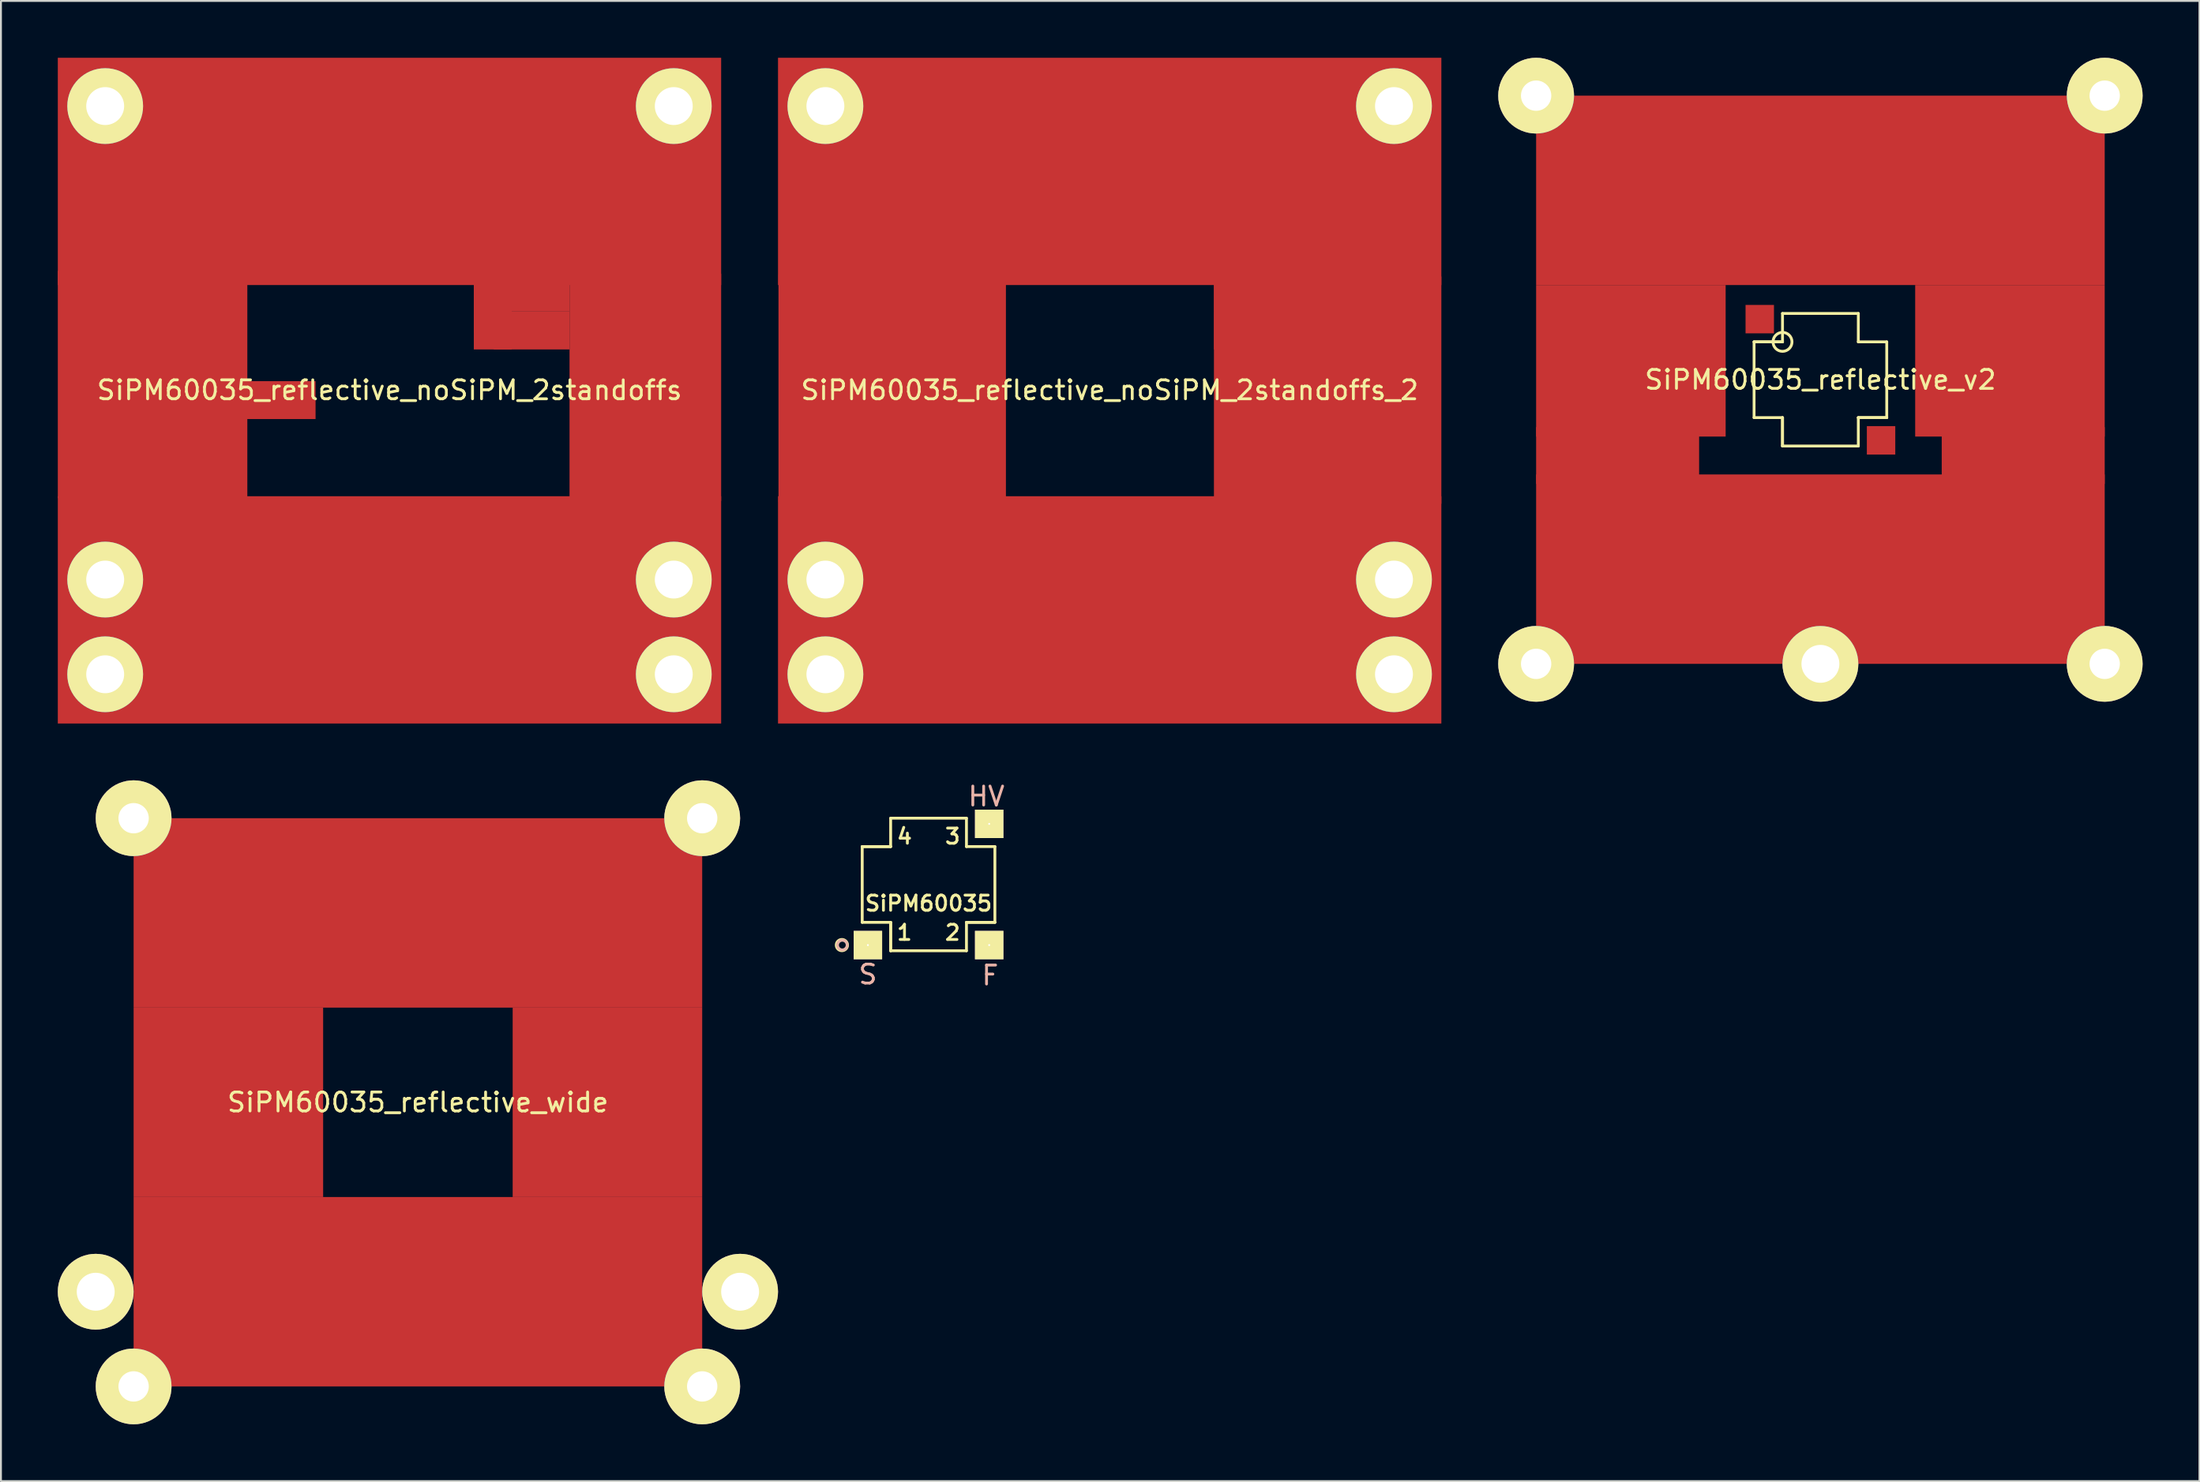
<source format=kicad_pcb>
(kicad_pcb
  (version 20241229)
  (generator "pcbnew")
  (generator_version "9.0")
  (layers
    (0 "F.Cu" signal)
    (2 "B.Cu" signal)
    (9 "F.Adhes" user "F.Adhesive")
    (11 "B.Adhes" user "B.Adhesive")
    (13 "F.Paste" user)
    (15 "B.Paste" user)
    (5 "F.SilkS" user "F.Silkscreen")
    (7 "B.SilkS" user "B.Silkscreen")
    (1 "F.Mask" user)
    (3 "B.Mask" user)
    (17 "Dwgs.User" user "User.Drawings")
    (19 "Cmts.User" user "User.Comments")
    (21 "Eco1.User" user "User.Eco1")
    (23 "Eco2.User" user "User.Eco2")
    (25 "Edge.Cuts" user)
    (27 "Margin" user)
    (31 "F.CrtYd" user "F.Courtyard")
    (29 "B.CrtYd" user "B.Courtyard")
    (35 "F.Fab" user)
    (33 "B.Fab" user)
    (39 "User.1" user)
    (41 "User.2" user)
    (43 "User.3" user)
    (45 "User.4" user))
  (footprint "SiPM60035"
    (layer "F.Cu")
    (at 45.943 43.648)
    (property "Reference" "SiPM60035" (at 0 1 0) (layer "F.SilkS") (effects (font (size 0.8 0.8) (thickness 0.15))))
    (attr through_hole)
    (fp_line (start -3.5 -2) (end -3.5 2) (stroke (width 0.15) (type solid)) (layer "F.SilkS"))
    (fp_line (start -3.5 -2) (end -2 -2) (stroke (width 0.15) (type solid)) (layer "F.SilkS"))
    (fp_line (start -3.5 -2) (end -2 -2) (stroke (width 0.15) (type solid)) (layer "F.SilkS"))
    (fp_line (start -2 -3.5) (end 2 -3.5) (stroke (width 0.15) (type solid)) (layer "F.SilkS"))
    (fp_line (start -2 -2) (end -2 -3.5) (stroke (width 0.15) (type solid)) (layer "F.SilkS"))
    (fp_line (start -2 2) (end -3.5 2) (stroke (width 0.15) (type solid)) (layer "F.SilkS"))
    (fp_line (start -2 2) (end -2 3.5) (stroke (width 0.15) (type solid)) (layer "F.SilkS"))
    (fp_line (start -2 3.5) (end -2 2) (stroke (width 0.15) (type solid)) (layer "F.SilkS"))
    (fp_line (start -2 3.5) (end 2 3.5) (stroke (width 0.15) (type solid)) (layer "F.SilkS"))
    (fp_line (start 2 -3.5) (end 2 -2) (stroke (width 0.15) (type solid)) (layer "F.SilkS"))
    (fp_line (start 2 2) (end 2 3.5) (stroke (width 0.15) (type solid)) (layer "F.SilkS"))
    (fp_line (start 2 2) (end 3.5 2) (stroke (width 0.15) (type solid)) (layer "F.SilkS"))
    (fp_line (start 3.5 -2) (end 2 -2) (stroke (width 0.15) (type solid)) (layer "F.SilkS"))
    (fp_line (start 3.5 -2) (end 3.5 2) (stroke (width 0.15) (type solid)) (layer "F.SilkS"))
    (fp_line (start 3.5 2) (end 2 2) (stroke (width 0.15) (type solid)) (layer "F.SilkS"))
    (fp_circle (center -4.572 3.2) (end -4.318 3.048) (stroke (width 0.15) (type solid)) (fill no) (layer "F.SilkS"))
    (fp_circle (center -4.55 3.2) (end -4.3 3.25) (stroke (width 0.15) (type solid)) (fill no) (layer "B.SilkS"))
    (fp_text user "3" (at 1.27 -2.54 0) (layer "F.SilkS") (effects (font (size 0.8 0.8) (thickness 0.15))))
    (fp_text user "1" (at -1.27 2.54 0) (layer "F.SilkS") (effects (font (size 0.8 0.8) (thickness 0.15))))
    (fp_text user "4" (at -1.27 -2.54 0) (layer "F.SilkS") (effects (font (size 0.8 0.8) (thickness 0.15))))
    (fp_text user "2" (at 1.27 2.54 0) (layer "F.SilkS") (effects (font (size 0.8 0.8) (thickness 0.15))))
    (fp_text user "S" (at -3.2 4.75 0) (layer "B.SilkS") (effects (font (size 1 1) (thickness 0.15))))
    (fp_text user "HV" (at 3.05 -4.65 0) (layer "B.SilkS") (effects (font (size 1 1) (thickness 0.15))))
    (fp_text user "F" (at 3.25 4.8 0) (layer "B.SilkS") (effects (font (size 1 1) (thickness 0.15))))
    (pad "1" thru_hole rect (at -3.2 3.2) (size 1.5 1.5) (drill 0.1) (layers "*.Cu" "*.Mask" "F.SilkS"))
    (pad "2" thru_hole rect (at 3.2 3.2) (size 1.5 1.5) (drill 0.1) (layers "*.Cu" "*.Mask" "F.SilkS"))
    (pad "3" thru_hole rect (at 3.2 -3.2) (size 1.5 1.5) (drill 0.1) (layers "*.Cu" "*.Mask" "F.SilkS")))
  (footprint "SiPM60035_reflective_wide"
    (layer "F.Cu")
    (at 19 55.15)
    (property "Reference" "SiPM60035_reflective_wide" (at 0 0 0) (layer "F.SilkS") (effects (font (size 1 1) (thickness 0.15))))
    (attr through_hole)
    (pad "1" thru_hole circle (at -17 10) (size 4 4) (drill 2) (layers "*.Cu" "*.Mask" "F.SilkS"))
    (pad "1" thru_hole circle (at -15 -15) (size 4 4) (drill 1.6) (layers "*.Cu" "*.Mask" "F.SilkS"))
    (pad "1" thru_hole circle (at -15 15) (size 4 4) (drill 1.6) (layers "*.Cu" "*.Mask" "F.SilkS"))
    (pad "1" smd rect (at -10 0) (size 10 10) (layers "F.Cu" "F.Mask" "F.Paste"))
    (pad "1" smd rect (at 0 -10) (size 30 10) (layers "F.Cu" "F.Mask" "F.Paste"))
    (pad "1" smd rect (at 0 10) (size 30 10) (layers "F.Cu" "F.Mask" "F.Paste"))
    (pad "1" smd rect (at 10 0) (size 10 10) (layers "F.Cu" "F.Mask" "F.Paste"))
    (pad "1" thru_hole circle (at 15 -15) (size 4 4) (drill 1.6) (layers "*.Cu" "*.Mask" "F.SilkS"))
    (pad "1" thru_hole circle (at 15 15) (size 4 4) (drill 1.6) (layers "*.Cu" "*.Mask" "F.SilkS"))
    (pad "1" thru_hole circle (at 17 10) (size 4 4) (drill 2) (layers "*.Cu" "*.Mask" "F.SilkS")))
  (footprint "SiPM60035_reflective_noSiPM_2standoffs_2"
    (layer "F.Cu")
    (at 55.5 17.55)
    (property "Reference" "SiPM60035_reflective_noSiPM_2standoffs_2" (at 0 0 0) (layer "F.SilkS") (effects (font (size 1 1) (thickness 0.15))))
    (attr through_hole)
    (pad "1" thru_hole circle (at -15 -15) (size 4 4) (drill 2) (layers "*.Cu" "*.Mask" "F.SilkS"))
    (pad "1" thru_hole circle (at -15 10) (size 4 4) (drill 2) (layers "*.Cu" "*.Mask" "F.SilkS"))
    (pad "1" thru_hole circle (at -15 15) (size 4 4) (drill 2) (layers "*.Cu" "*.Mask" "F.SilkS"))
    (pad "1" smd rect (at -11.475 -0.1) (size 12 12) (layers "F.Cu" "F.Mask" "F.Paste"))
    (pad "1" smd rect (at 0 -11.55) (size 35 12) (layers "F.Cu" "F.Mask" "F.Paste"))
    (pad "1" smd rect (at 0 11.6) (size 35 12) (layers "F.Cu" "F.Mask" "F.Paste"))
    (pad "1" smd rect (at 7.5 -5.15) (size 4 2) (layers "F.Cu" "F.Mask" "F.Paste"))
    (pad "1" smd rect (at 7.5 -3.15) (size 4 2) (layers "F.Cu" "F.Mask" "F.Paste"))
    (pad "1" smd rect (at 11.5 0) (size 12 12) (layers "F.Cu" "F.Mask" "F.Paste"))
    (pad "1" thru_hole circle (at 15 -15) (size 4 4) (drill 2) (layers "*.Cu" "*.Mask" "F.SilkS"))
    (pad "1" thru_hole circle (at 15 10) (size 4 4) (drill 2) (layers "*.Cu" "*.Mask" "F.SilkS"))
    (pad "1" thru_hole circle (at 15 15) (size 4 4) (drill 2) (layers "*.Cu" "*.Mask" "F.SilkS")))
  (footprint "SiPM60035_reflective_noSiPM_2standoffs"
    (layer "F.Cu")
    (at 17.5 17.55)
    (property "Reference" "SiPM60035_reflective_noSiPM_2standoffs" (at 0 0 0) (layer "F.SilkS") (effects (font (size 1 1) (thickness 0.15))))
    (attr through_hole)
    (pad "1" thru_hole circle (at -15 -15) (size 4 4) (drill 2) (layers "*.Cu" "*.Mask" "F.SilkS"))
    (pad "1" thru_hole circle (at -15 10) (size 4 4) (drill 2) (layers "*.Cu" "*.Mask" "F.SilkS"))
    (pad "1" thru_hole circle (at -15 15) (size 4 4) (drill 2) (layers "*.Cu" "*.Mask" "F.SilkS"))
    (pad "1" smd rect (at -12.5 -0.3) (size 10 12) (layers "F.Cu" "F.Mask" "F.Paste"))
    (pad "1" smd rect (at -5.9 0.525) (size 4 2) (layers "F.Cu" "F.Mask" "F.Paste"))
    (pad "1" smd rect (at 0 -11.55) (size 35 12) (layers "F.Cu" "F.Mask" "F.Paste"))
    (pad "1" smd rect (at 0 11.6) (size 35 12) (layers "F.Cu" "F.Mask" "F.Paste"))
    (pad "1" smd rect (at 5.45 -5.025 90) (size 4 2) (layers "F.Cu" "F.Mask" "F.Paste"))
    (pad "1" smd rect (at 5.45 -4.15 90) (size 4 2) (layers "F.Cu" "F.Mask" "F.Paste"))
    (pad "1" smd rect (at 7.5 -5.15) (size 4 2) (layers "F.Cu" "F.Mask" "F.Paste"))
    (pad "1" smd rect (at 7.5 -3.15) (size 4 2) (layers "F.Cu" "F.Mask" "F.Paste"))
    (pad "1" smd rect (at 13.5 -0.15) (size 8 12) (layers "F.Cu" "F.Mask" "F.Paste"))
    (pad "1" thru_hole circle (at 15 -15) (size 4 4) (drill 2) (layers "*.Cu" "*.Mask" "F.SilkS"))
    (pad "1" thru_hole circle (at 15 10) (size 4 4) (drill 2) (layers "*.Cu" "*.Mask" "F.SilkS"))
    (pad "1" thru_hole circle (at 15 15) (size 4 4) (drill 2) (layers "*.Cu" "*.Mask" "F.SilkS")))
  (footprint "SiPM60035_reflective_v2"
    (layer "F.Cu")
    (at 93 17)
    (property "Reference" "SiPM60035_reflective_v2" (at 0 0 0) (layer "F.SilkS") (effects (font (size 1 1) (thickness 0.15))))
    (attr through_hole)
    (fp_line (start -3.5 -2) (end -3.5 2) (stroke (width 0.15) (type solid)) (layer "F.SilkS"))
    (fp_line (start -3.5 -2) (end -2 -2) (stroke (width 0.15) (type solid)) (layer "F.SilkS"))
    (fp_line (start -3.5 -2) (end -2 -2) (stroke (width 0.15) (type solid)) (layer "F.SilkS"))
    (fp_line (start -2 -3.5) (end 2 -3.5) (stroke (width 0.15) (type solid)) (layer "F.SilkS"))
    (fp_line (start -2 -2) (end -2 -3.5) (stroke (width 0.15) (type solid)) (layer "F.SilkS"))
    (fp_line (start -2 2) (end -3.5 2) (stroke (width 0.15) (type solid)) (layer "F.SilkS"))
    (fp_line (start -2 2) (end -2 3.5) (stroke (width 0.15) (type solid)) (layer "F.SilkS"))
    (fp_line (start -2 3.5) (end -2 2) (stroke (width 0.15) (type solid)) (layer "F.SilkS"))
    (fp_line (start -2 3.5) (end 2 3.5) (stroke (width 0.15) (type solid)) (layer "F.SilkS"))
    (fp_line (start 2 -3.5) (end 2 -2) (stroke (width 0.15) (type solid)) (layer "F.SilkS"))
    (fp_line (start 2 2) (end 2 3.5) (stroke (width 0.15) (type solid)) (layer "F.SilkS"))
    (fp_line (start 2 2) (end 3.5 2) (stroke (width 0.15) (type solid)) (layer "F.SilkS"))
    (fp_line (start 3.5 -2) (end 2 -2) (stroke (width 0.15) (type solid)) (layer "F.SilkS"))
    (fp_line (start 3.5 -2) (end 3.5 2) (stroke (width 0.15) (type solid)) (layer "F.SilkS"))
    (fp_line (start 3.5 2) (end 2 2) (stroke (width 0.15) (type solid)) (layer "F.SilkS"))
    (fp_circle (center -2 -2) (end -1.5 -2) (stroke (width 0.15) (type solid)) (fill no) (layer "F.SilkS"))
    (pad "1" smd rect (at -3.2 -3.2) (size 1.5 1.5) (layers "F.Cu" "F.Mask" "F.Paste"))
    (pad "3" smd rect (at 3.2 3.2) (size 1.5 1.5) (layers "F.Cu" "F.Mask" "F.Paste"))
    (pad "4" thru_hole circle (at -15 -15) (size 4 4) (drill 1.6) (layers "*.Cu" "*.Mask" "F.SilkS"))
    (pad "4" thru_hole circle (at -15 15) (size 4 4) (drill 1.6) (layers "*.Cu" "*.Mask" "F.SilkS"))
    (pad "4" smd rect (at -10.7 4) (size 8.6 3) (layers "F.Cu" "F.Mask" "F.Paste"))
    (pad "4" smd rect (at -10 -1) (size 10 8) (layers "F.Cu" "F.Mask" "F.Paste"))
    (pad "4" smd rect (at 0 -10) (size 30 10) (layers "F.Cu" "F.Mask" "F.Paste"))
    (pad "4" smd rect (at 0 10) (size 30 10) (layers "F.Cu" "F.Mask" "F.Paste"))
    (pad "4" thru_hole circle (at 0 15) (size 4 4) (drill 2) (layers "*.Cu" "*.Mask" "F.SilkS"))
    (pad "4" smd rect (at 10 -1) (size 10 8) (layers "F.Cu" "F.Mask" "F.Paste"))
    (pad "4" smd rect (at 10.7 4) (size 8.6 3) (layers "F.Cu" "F.Mask" "F.Paste"))
    (pad "4" thru_hole circle (at 15 -15) (size 4 4) (drill 1.6) (layers "*.Cu" "*.Mask" "F.SilkS"))
    (pad "4" thru_hole circle (at 15 15) (size 4 4) (drill 1.6) (layers "*.Cu" "*.Mask" "F.SilkS")))
  (gr_rect
    (start -3 -3)
    (end 113 75.15)
    (stroke (width 0.1) (type default))
    (fill no)
    (layer "Edge.Cuts")))
</source>
